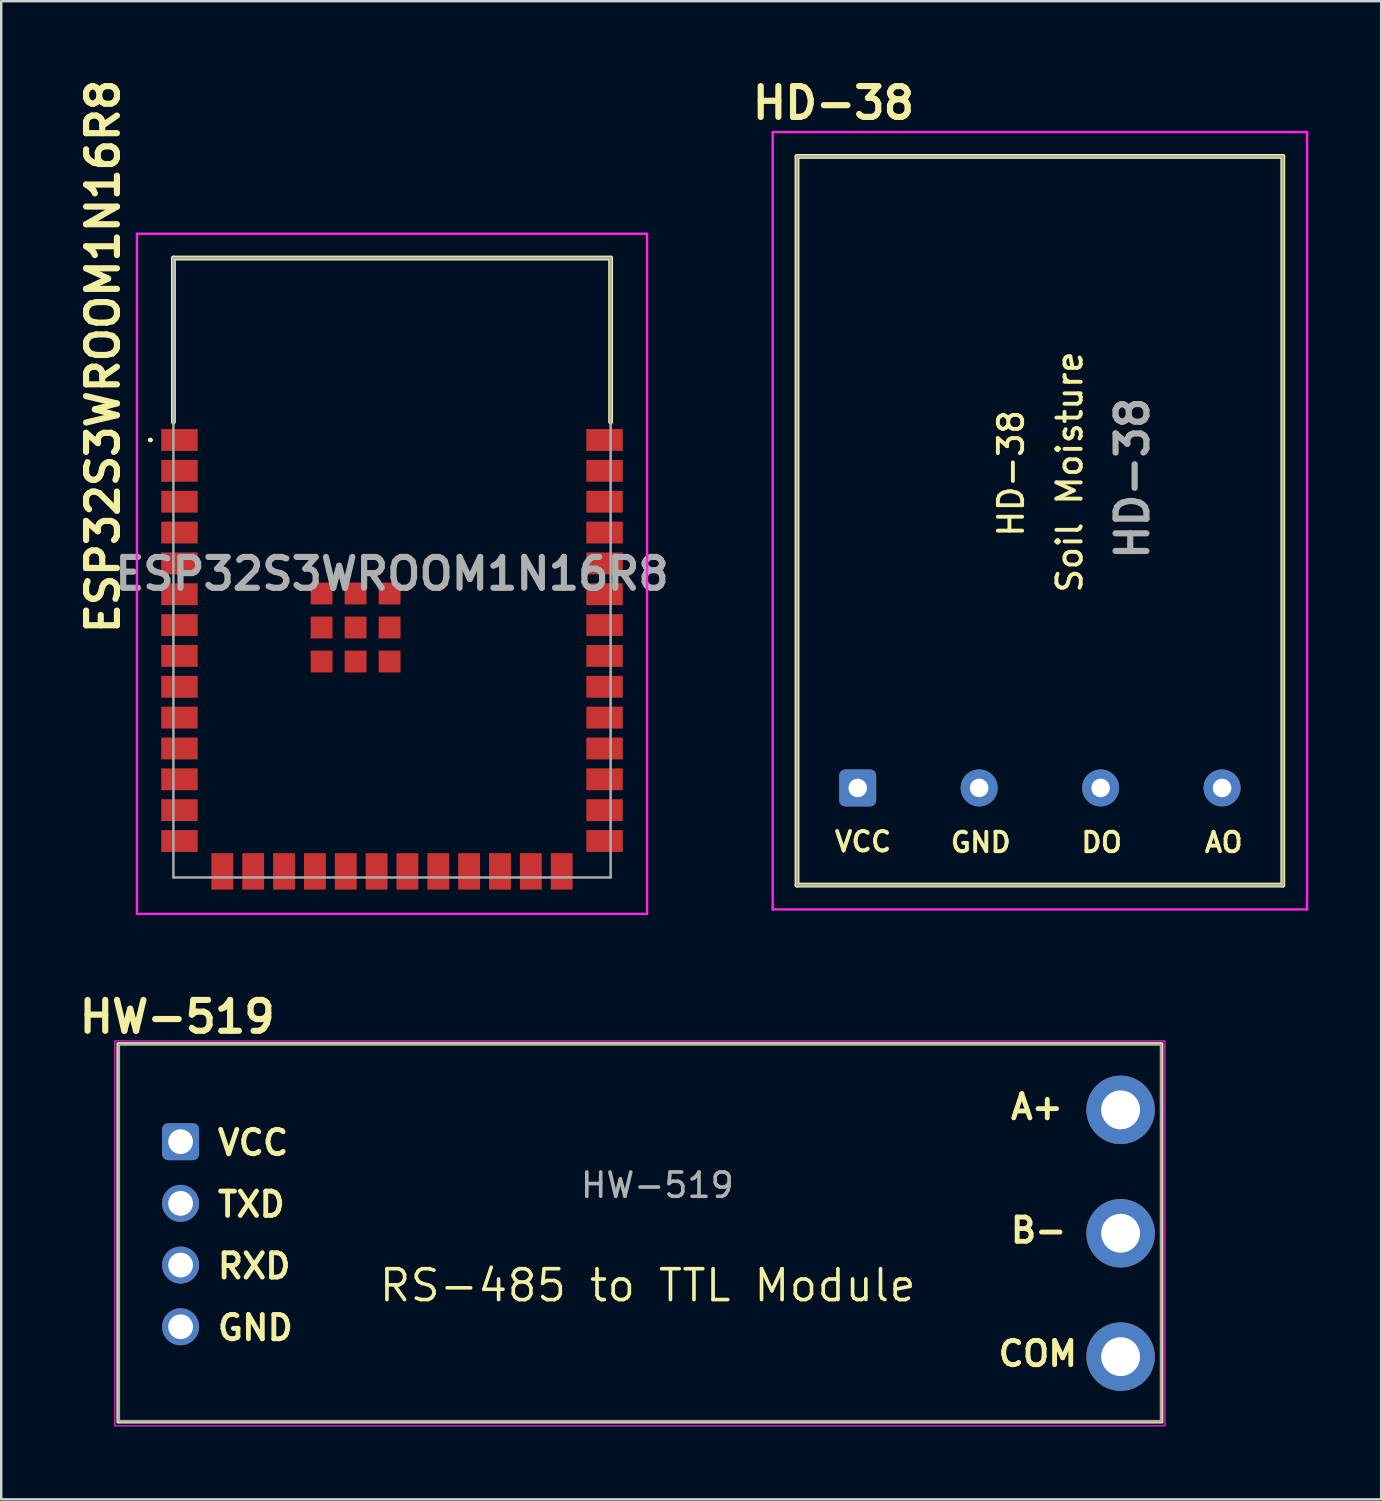
<source format=kicad_pcb>
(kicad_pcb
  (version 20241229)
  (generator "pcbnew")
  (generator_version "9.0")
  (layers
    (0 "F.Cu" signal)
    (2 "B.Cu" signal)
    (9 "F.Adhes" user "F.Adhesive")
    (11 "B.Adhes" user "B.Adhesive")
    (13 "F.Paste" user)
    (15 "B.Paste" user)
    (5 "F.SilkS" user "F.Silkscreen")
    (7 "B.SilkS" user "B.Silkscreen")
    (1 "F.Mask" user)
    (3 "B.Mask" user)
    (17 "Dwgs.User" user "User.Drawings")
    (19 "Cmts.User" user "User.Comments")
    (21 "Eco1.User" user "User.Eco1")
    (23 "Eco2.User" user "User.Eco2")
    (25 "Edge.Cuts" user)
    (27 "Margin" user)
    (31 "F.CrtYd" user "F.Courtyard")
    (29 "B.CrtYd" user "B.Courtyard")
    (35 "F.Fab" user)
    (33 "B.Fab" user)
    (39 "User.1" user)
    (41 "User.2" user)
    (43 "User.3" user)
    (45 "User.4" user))
  (footprint "HD-38"
    (layer "F.Cu")
    (at 32.262 29.389)
    (property "Reference" "HD-38" (at -1 -28.2 0) (layer "F.SilkS") (effects (font (size 1.27 1.27) (thickness 0.254))))
    (attr through_hole)
    (fp_line (start -2.5 -26) (end 17.5 -26) (stroke (width 0.2) (type solid)) (layer "F.SilkS"))
    (fp_line (start -2.5 4) (end -2.5 -26) (stroke (width 0.2) (type solid)) (layer "F.SilkS"))
    (fp_line (start 17.5 4) (end -2.5 4) (stroke (width 0.2) (type solid)) (layer "F.SilkS"))
    (fp_line (start 17.5 4) (end 17.5 -26) (stroke (width 0.2) (type solid)) (layer "F.SilkS"))
    (fp_line (start -3.5 -27) (end 18.5 -27) (stroke (width 0.1) (type solid)) (layer "F.CrtYd"))
    (fp_line (start -3.5 5) (end -3.5 -27) (stroke (width 0.1) (type solid)) (layer "F.CrtYd"))
    (fp_line (start 18.5 -27) (end 18.5 5) (stroke (width 0.1) (type solid)) (layer "F.CrtYd"))
    (fp_line (start 18.5 5) (end -3.5 5) (stroke (width 0.1) (type solid)) (layer "F.CrtYd"))
    (fp_line (start -2.5 -26) (end 17.5 -26) (stroke (width 0.1) (type solid)) (layer "F.Fab"))
    (fp_line (start -2.5 4) (end -2.5 -26) (stroke (width 0.1) (type solid)) (layer "F.Fab"))
    (fp_line (start 17.5 -26) (end 17.5 4) (stroke (width 0.1) (type solid)) (layer "F.Fab"))
    (fp_line (start 17.5 4) (end -2.5 4) (stroke (width 0.1) (type solid)) (layer "F.Fab"))
    (fp_text user "Soil Moisture" (at 9.31 -7.95 90) (unlocked yes) (layer "F.SilkS") (effects (font (size 1 1) (thickness 0.16) (bold yes)) (justify left bottom)))
    (fp_text user "DO" (at 9.12 2.71 0) (unlocked yes) (layer "F.SilkS") (effects (font (size 0.8 0.8) (thickness 0.16) (bold yes)) (justify left bottom)))
    (fp_text user "GND" (at 3.74 2.71 0) (unlocked yes) (layer "F.SilkS") (effects (font (size 0.8 0.8) (thickness 0.16) (bold yes)) (justify left bottom)))
    (fp_text user "VCC" (at -1.03 2.68 0) (unlocked yes) (layer "F.SilkS") (effects (font (size 0.8 0.8) (thickness 0.16) (bold yes)) (justify left bottom)))
    (fp_text user "AO" (at 14.2 2.71 0) (unlocked yes) (layer "F.SilkS") (effects (font (size 0.8 0.8) (thickness 0.16) (bold yes)) (justify left bottom)))
    (fp_text user "HD-38" (at 6.9 -10.25 90) (unlocked yes) (layer "F.SilkS") (effects (font (size 1 1) (thickness 0.16) (bold yes)) (justify left bottom)))
    (fp_text user "${REFERENCE}" (at 11.31 -12.75 90) (layer "F.Fab") (effects (font (size 1.27 1.27) (thickness 0.254))))
    (pad "1" thru_hole roundrect (at 0 0) (size 1.524 1.524) (drill 0.762) (layers "*.Cu" "*.Mask") (roundrect_rratio 0.164))
    (pad "2" thru_hole circle (at 5 0) (size 1.524 1.524) (drill 0.762) (layers "*.Cu" "*.Mask"))
    (pad "3" thru_hole circle (at 10 0) (size 1.524 1.524) (drill 0.762) (layers "*.Cu" "*.Mask"))
    (pad "4" thru_hole circle (at 15 0) (size 1.524 1.524) (drill 0.762) (layers "*.Cu" "*.Mask")))
  (footprint "ESP32S3WROOM1N16R8"
    (layer "F.Cu")
    (at 13.089 20.324)
    (property "Reference" "ESP32S3WROOM1N16R8" (at -11.9 -8.7 90) (layer "F.SilkS") (effects (font (size 1.27 1.27) (thickness 0.254))))
    (attr smd)
    (fp_line (start -10 -5.26) (end -10 -5.26) (stroke (width 0.1) (type solid)) (layer "F.SilkS"))
    (fp_line (start -9.9 -5.26) (end -9.9 -5.26) (stroke (width 0.1) (type solid)) (layer "F.SilkS"))
    (fp_line (start -9 -12.75) (end 9 -12.75) (stroke (width 0.2) (type solid)) (layer "F.SilkS"))
    (fp_line (start -9 -6) (end -9 -12.75) (stroke (width 0.2) (type solid)) (layer "F.SilkS"))
    (fp_line (start 9 -12.75) (end 9 -6) (stroke (width 0.2) (type solid)) (layer "F.SilkS"))
    (fp_arc (start -10 -5.26) (mid -9.95 -5.31) (end -9.9 -5.26) (stroke (width 0.1) (type solid)) (layer "F.SilkS"))
    (fp_arc (start -9.9 -5.26) (mid -9.95 -5.21) (end -10 -5.26) (stroke (width 0.1) (type solid)) (layer "F.SilkS"))
    (fp_line (start -10.5 -13.75) (end 10.5 -13.75) (stroke (width 0.1) (type solid)) (layer "F.CrtYd"))
    (fp_line (start -10.5 14.25) (end -10.5 -13.75) (stroke (width 0.1) (type solid)) (layer "F.CrtYd"))
    (fp_line (start 10.5 -13.75) (end 10.5 14.25) (stroke (width 0.1) (type solid)) (layer "F.CrtYd"))
    (fp_line (start 10.5 14.25) (end -10.5 14.25) (stroke (width 0.1) (type solid)) (layer "F.CrtYd"))
    (fp_line (start -9 -12.75) (end 9 -12.75) (stroke (width 0.1) (type solid)) (layer "F.Fab"))
    (fp_line (start -9 12.75) (end -9 -12.75) (stroke (width 0.1) (type solid)) (layer "F.Fab"))
    (fp_line (start 9 -12.75) (end 9 12.75) (stroke (width 0.1) (type solid)) (layer "F.Fab"))
    (fp_line (start 9 12.75) (end -9 12.75) (stroke (width 0.1) (type solid)) (layer "F.Fab"))
    (fp_text user "${REFERENCE}" (at 0 0.25 0) (layer "F.Fab") (effects (font (size 1.27 1.27) (thickness 0.254))))
    (pad "1" smd rect (at -8.75 -5.26 90) (size 0.9 1.5) (layers "F.Cu" "F.Mask" "F.Paste"))
    (pad "2" smd rect (at -8.75 -3.99 90) (size 0.9 1.5) (layers "F.Cu" "F.Mask" "F.Paste"))
    (pad "3" smd rect (at -8.75 -2.72 90) (size 0.9 1.5) (layers "F.Cu" "F.Mask" "F.Paste"))
    (pad "4" smd rect (at -8.75 -1.45 90) (size 0.9 1.5) (layers "F.Cu" "F.Mask" "F.Paste"))
    (pad "5" smd rect (at -8.75 -0.18 90) (size 0.9 1.5) (layers "F.Cu" "F.Mask" "F.Paste"))
    (pad "6" smd rect (at -8.75 1.09 90) (size 0.9 1.5) (layers "F.Cu" "F.Mask" "F.Paste"))
    (pad "7" smd rect (at -8.75 2.36 90) (size 0.9 1.5) (layers "F.Cu" "F.Mask" "F.Paste"))
    (pad "8" smd rect (at -8.75 3.63 90) (size 0.9 1.5) (layers "F.Cu" "F.Mask" "F.Paste"))
    (pad "9" smd rect (at -8.75 4.9 90) (size 0.9 1.5) (layers "F.Cu" "F.Mask" "F.Paste"))
    (pad "10" smd rect (at -8.75 6.17 90) (size 0.9 1.5) (layers "F.Cu" "F.Mask" "F.Paste"))
    (pad "11" smd rect (at -8.75 7.44 90) (size 0.9 1.5) (layers "F.Cu" "F.Mask" "F.Paste"))
    (pad "12" smd rect (at -8.75 8.71 90) (size 0.9 1.5) (layers "F.Cu" "F.Mask" "F.Paste"))
    (pad "13" smd rect (at -8.75 9.98 90) (size 0.9 1.5) (layers "F.Cu" "F.Mask" "F.Paste"))
    (pad "14" smd rect (at -8.75 11.25 90) (size 0.9 1.5) (layers "F.Cu" "F.Mask" "F.Paste"))
    (pad "15" smd rect (at -6.985 12.5) (size 0.9 1.5) (layers "F.Cu" "F.Mask" "F.Paste"))
    (pad "16" smd rect (at -5.715 12.5) (size 0.9 1.5) (layers "F.Cu" "F.Mask" "F.Paste"))
    (pad "17" smd rect (at -4.445 12.5) (size 0.9 1.5) (layers "F.Cu" "F.Mask" "F.Paste"))
    (pad "18" smd rect (at -3.175 12.5) (size 0.9 1.5) (layers "F.Cu" "F.Mask" "F.Paste"))
    (pad "19" smd rect (at -1.905 12.5) (size 0.9 1.5) (layers "F.Cu" "F.Mask" "F.Paste"))
    (pad "20" smd rect (at -0.635 12.5) (size 0.9 1.5) (layers "F.Cu" "F.Mask" "F.Paste"))
    (pad "21" smd rect (at 0.635 12.5) (size 0.9 1.5) (layers "F.Cu" "F.Mask" "F.Paste"))
    (pad "22" smd rect (at 1.905 12.5) (size 0.9 1.5) (layers "F.Cu" "F.Mask" "F.Paste"))
    (pad "23" smd rect (at 3.175 12.5) (size 0.9 1.5) (layers "F.Cu" "F.Mask" "F.Paste"))
    (pad "24" smd rect (at 4.445 12.5) (size 0.9 1.5) (layers "F.Cu" "F.Mask" "F.Paste"))
    (pad "25" smd rect (at 5.715 12.5) (size 0.9 1.5) (layers "F.Cu" "F.Mask" "F.Paste"))
    (pad "26" smd rect (at 6.985 12.5) (size 0.9 1.5) (layers "F.Cu" "F.Mask" "F.Paste"))
    (pad "27" smd rect (at 8.75 11.25 90) (size 0.9 1.5) (layers "F.Cu" "F.Mask" "F.Paste"))
    (pad "28" smd rect (at 8.75 9.98 90) (size 0.9 1.5) (layers "F.Cu" "F.Mask" "F.Paste"))
    (pad "29" smd rect (at 8.75 8.71 90) (size 0.9 1.5) (layers "F.Cu" "F.Mask" "F.Paste"))
    (pad "30" smd rect (at 8.75 7.44 90) (size 0.9 1.5) (layers "F.Cu" "F.Mask" "F.Paste"))
    (pad "31" smd rect (at 8.75 6.17 90) (size 0.9 1.5) (layers "F.Cu" "F.Mask" "F.Paste"))
    (pad "32" smd rect (at 8.75 4.9 90) (size 0.9 1.5) (layers "F.Cu" "F.Mask" "F.Paste"))
    (pad "33" smd rect (at 8.75 3.63 90) (size 0.9 1.5) (layers "F.Cu" "F.Mask" "F.Paste"))
    (pad "34" smd rect (at 8.75 2.36 90) (size 0.9 1.5) (layers "F.Cu" "F.Mask" "F.Paste"))
    (pad "35" smd rect (at 8.75 1.09 90) (size 0.9 1.5) (layers "F.Cu" "F.Mask" "F.Paste"))
    (pad "36" smd rect (at 8.75 -0.18 90) (size 0.9 1.5) (layers "F.Cu" "F.Mask" "F.Paste"))
    (pad "37" smd rect (at 8.75 -1.45 90) (size 0.9 1.5) (layers "F.Cu" "F.Mask" "F.Paste"))
    (pad "38" smd rect (at 8.75 -2.72 90) (size 0.9 1.5) (layers "F.Cu" "F.Mask" "F.Paste"))
    (pad "39" smd rect (at 8.75 -3.99 90) (size 0.9 1.5) (layers "F.Cu" "F.Mask" "F.Paste"))
    (pad "40" smd rect (at 8.75 -5.26 90) (size 0.9 1.5) (layers "F.Cu" "F.Mask" "F.Paste"))
    (pad "41" smd rect (at -1.5 2.46) (size 0.9 0.9) (layers "F.Cu" "F.Mask" "F.Paste"))
    (pad "42" smd rect (at -2.9 1.06) (size 0.9 0.9) (layers "F.Cu" "F.Mask" "F.Paste"))
    (pad "43" smd rect (at -2.9 2.46) (size 0.9 0.9) (layers "F.Cu" "F.Mask" "F.Paste"))
    (pad "44" smd rect (at -2.9 3.86) (size 0.9 0.9) (layers "F.Cu" "F.Mask" "F.Paste"))
    (pad "45" smd rect (at -1.5 3.86) (size 0.9 0.9) (layers "F.Cu" "F.Mask" "F.Paste"))
    (pad "46" smd rect (at -0.1 3.86) (size 0.9 0.9) (layers "F.Cu" "F.Mask" "F.Paste"))
    (pad "47" smd rect (at -0.1 2.46) (size 0.9 0.9) (layers "F.Cu" "F.Mask" "F.Paste"))
    (pad "48" smd rect (at -0.1 1.06) (size 0.9 0.9) (layers "F.Cu" "F.Mask" "F.Paste"))
    (pad "49" smd rect (at -1.5 1.06) (size 0.9 0.9) (layers "F.Cu" "F.Mask" "F.Paste")))
  (footprint "HW-519"
    (layer "F.Cu")
    (at 4.385 43.952)
    (property "Reference" "HW-519" (at -0.14 -5.14 0) (unlocked yes) (layer "F.SilkS") (effects (font (size 1.27 1.27) (thickness 0.254) (bold yes))))
    (property "Description" "RS-485 to TTL Module" (at 19.23 5.92 0) (unlocked yes) (layer "F.SilkS") (effects (font (size 1.27 1.27) (thickness 0.15))))
    (attr through_hole)
    (fp_rect (start -2.591 -4.047) (end 40.411 11.555) (stroke (width 0.1) (type default)) (fill no) (layer "F.SilkS"))
    (fp_rect (start -2.707 -4.148) (end 40.524 11.701) (stroke (width 0.05) (type default)) (fill no) (layer "F.CrtYd"))
    (fp_rect (start -2.54 -3.996) (end 40.36 11.504) (stroke (width 0.1) (type default)) (fill no) (layer "F.Fab"))
    (fp_text user "B-" (at 34.072 4.234 0) (unlocked yes) (layer "F.SilkS") (effects (font (size 1 1) (thickness 0.2) (bold yes)) (justify left bottom)))
    (fp_text user "A+" (at 34.072 -0.846 0) (unlocked yes) (layer "F.SilkS") (effects (font (size 1 1) (thickness 0.2) (bold yes)) (justify left bottom)))
    (fp_text user "COM" (at 33.564 9.314 0) (unlocked yes) (layer "F.SilkS") (effects (font (size 1 1) (thickness 0.2) (bold yes)) (justify left bottom)))
    (fp_text user "VCC" (at 1.422 0.627 0) (unlocked yes) (layer "F.SilkS") (effects (font (size 1 1) (thickness 0.2) (bold yes)) (justify left bottom)))
    (fp_text user "TXD" (at 1.422 3.167 0) (unlocked yes) (layer "F.SilkS") (effects (font (size 1 1) (thickness 0.2) (bold yes)) (justify left bottom)))
    (fp_text user "RXD" (at 1.422 5.707 0) (unlocked yes) (layer "F.SilkS") (effects (font (size 1 1) (thickness 0.2) (bold yes)) (justify left bottom)))
    (fp_text user "GND" (at 1.422 8.247 0) (unlocked yes) (layer "F.SilkS") (effects (font (size 1 1) (thickness 0.2) (bold yes)) (justify left bottom)))
    (fp_text user "${REFERENCE}" (at 19.628 1.793 0) (unlocked yes) (layer "F.Fab") (effects (font (size 1 1) (thickness 0.15))))
    (pad "1" thru_hole roundrect (at 0 0) (size 1.524 1.524) (drill 1.02) (layers "*.Cu" "*.Mask") (roundrect_rratio 0.164))
    (pad "2" thru_hole circle (at 0 2.54) (size 1.524 1.524) (drill 1.02) (layers "*.Cu" "*.Mask"))
    (pad "3" thru_hole circle (at 0 5.08) (size 1.524 1.524) (drill 1.02) (layers "*.Cu" "*.Mask"))
    (pad "4" thru_hole circle (at 0 7.62) (size 1.524 1.524) (drill 1.02) (layers "*.Cu" "*.Mask"))
    (pad "5" thru_hole circle (at 38.7 -1.31) (size 2.82 2.82) (drill 1.6) (layers "*.Cu" "*.Mask"))
    (pad "6" thru_hole circle (at 38.7 3.77) (size 2.82 2.82) (drill 1.6) (layers "*.Cu" "*.Mask"))
    (pad "7" thru_hole circle (at 38.7 8.85) (size 2.82 2.82) (drill 1.6) (layers "*.Cu" "*.Mask")))
  (gr_rect
    (start -3 -3)
    (end 53.812 58.678)
    (stroke (width 0.1) (type default))
    (fill no)
    (layer "Edge.Cuts")))
</source>
